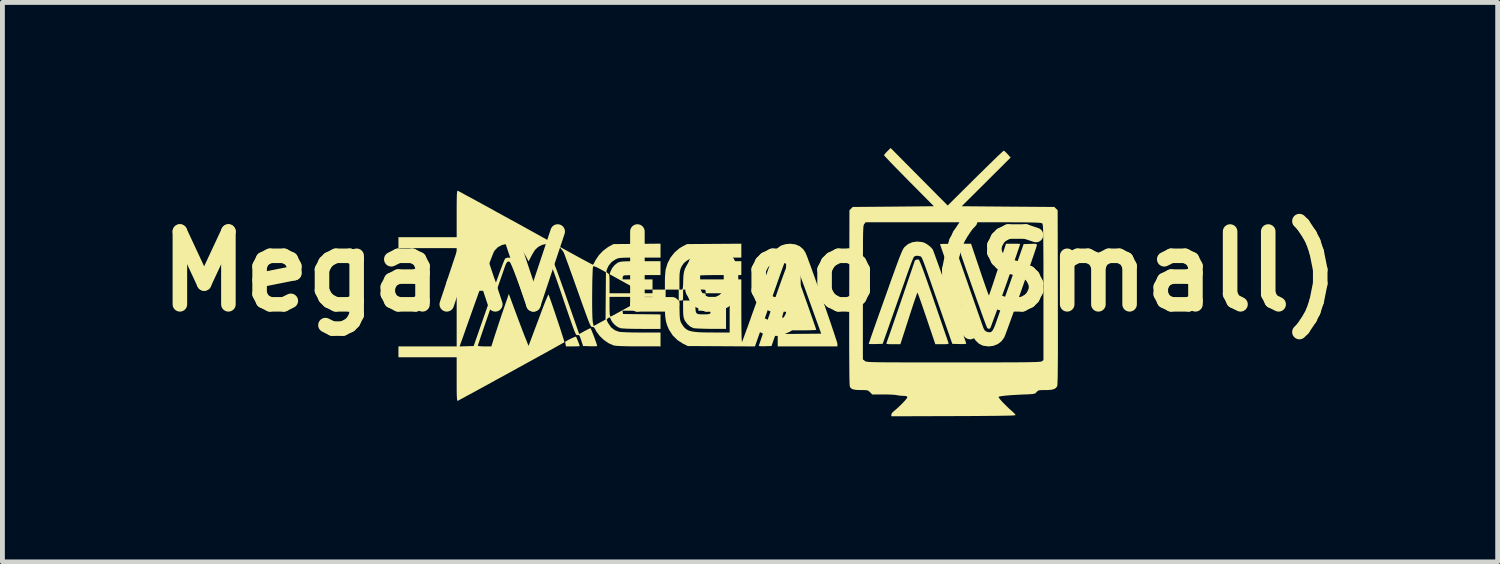
<source format=kicad_pcb>
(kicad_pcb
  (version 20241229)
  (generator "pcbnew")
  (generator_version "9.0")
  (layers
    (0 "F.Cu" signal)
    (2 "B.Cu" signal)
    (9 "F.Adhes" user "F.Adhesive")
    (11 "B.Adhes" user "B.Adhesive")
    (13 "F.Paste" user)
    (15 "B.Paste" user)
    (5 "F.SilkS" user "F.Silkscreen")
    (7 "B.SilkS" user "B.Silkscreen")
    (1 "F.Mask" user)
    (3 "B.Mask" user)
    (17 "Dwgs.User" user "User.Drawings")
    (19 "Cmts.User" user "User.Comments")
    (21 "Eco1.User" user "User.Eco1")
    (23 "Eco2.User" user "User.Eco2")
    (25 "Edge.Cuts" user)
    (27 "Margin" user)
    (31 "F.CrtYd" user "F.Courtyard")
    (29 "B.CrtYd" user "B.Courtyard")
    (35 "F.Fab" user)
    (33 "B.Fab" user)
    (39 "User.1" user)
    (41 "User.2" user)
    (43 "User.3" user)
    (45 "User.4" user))
  (footprint "MegaAV Logo (Small)"
    (layer "F.Cu")
    (at 12.407 2.543)
    (property "Reference" "MegaAV Logo (Small)" (at 0 0 0) (layer "F.SilkS") (effects (font (size 1.5 1.5) (thickness 0.3))))
    (attr board_only exclude_from_pos_files exclude_from_bom)
    (fp_poly (pts (xy -3.586 1.346) (xy -3.577 1.364) (xy -3.561 1.401) (xy -3.543 1.446) (xy -3.526 1.491) (xy -3.514 1.525) (xy -3.511 1.539) (xy -3.525 1.542) (xy -3.562 1.544) (xy -3.616 1.545) (xy -3.652 1.545) (xy -3.793 1.545) (xy -3.803 1.499) (xy -3.809 1.466) (xy -3.809 1.449) (xy -3.808 1.449) (xy -3.777 1.43) (xy -3.733 1.406) (xy -3.685 1.382) (xy -3.639 1.362) (xy -3.604 1.348) (xy -3.586 1.345)) (stroke (width 0) (type solid)) (fill yes) (layer "F.SilkS"))
    (fp_poly (pts (xy -0.495 0.855) (xy -0.495 1.185) (xy -0.806 1.184) (xy -0.904 1.183) (xy -0.994 1.18) (xy -1.071 1.177) (xy -1.131 1.173) (xy -1.166 1.169) (xy -1.17 1.168) (xy -1.232 1.138) (xy -1.291 1.087) (xy -1.339 1.022) (xy -1.352 0.998) (xy -1.365 0.961) (xy -1.374 0.917) (xy -1.378 0.858) (xy -1.38 0.776) (xy -1.38 0.769) (xy -1.38 0.6) (xy -1.253 0.6) (xy -1.125 0.6) (xy -1.125 0.714) (xy -1.124 0.787) (xy -1.117 0.836) (xy -1.1 0.865) (xy -1.067 0.88) (xy -1.013 0.885) (xy -0.961 0.885) (xy -0.889 0.884) (xy -0.844 0.879) (xy -0.821 0.869) (xy -0.815 0.852) (xy -0.819 0.834) (xy -0.83 0.822) (xy -0.855 0.814) (xy -0.9 0.811) (xy -0.947 0.81) (xy -1.065 0.81) (xy -1.065 0.705) (xy -1.065 0.6) (xy -0.99 0.6) (xy -0.946 0.599) (xy -0.923 0.593) (xy -0.916 0.578) (xy -0.915 0.563) (xy -0.915 0.525) (xy -0.705 0.525) (xy -0.495 0.525)) (stroke (width 0) (type solid)) (fill yes) (layer "F.SilkS"))
    (fp_poly (pts (xy 4.734 -0.038) (xy 4.774 0.082) (xy 4.812 0.193) (xy 4.846 0.291) (xy 4.875 0.373) (xy 4.898 0.437) (xy 4.914 0.478) (xy 4.922 0.495) (xy 4.922 0.495) (xy 4.929 0.481) (xy 4.943 0.442) (xy 4.964 0.38) (xy 4.992 0.3) (xy 5.024 0.203) (xy 5.06 0.093) (xy 5.099 -0.026) (xy 5.102 -0.037) (xy 5.274 -0.57) (xy 5.42 -0.57) (xy 5.482 -0.57) (xy 5.531 -0.569) (xy 5.56 -0.567) (xy 5.566 -0.566) (xy 5.56 -0.546) (xy 5.546 -0.501) (xy 5.523 -0.434) (xy 5.494 -0.349) (xy 5.459 -0.247) (xy 5.419 -0.133) (xy 5.376 -0.009) (xy 5.329 0.122) (xy 5.282 0.258) (xy 5.233 0.394) (xy 5.185 0.528) (xy 5.139 0.657) (xy 5.096 0.778) (xy 5.056 0.889) (xy 5.02 0.985) (xy 4.991 1.064) (xy 4.969 1.124) (xy 4.954 1.161) (xy 4.949 1.172) (xy 4.924 1.184) (xy 4.902 1.177) (xy 4.888 1.166) (xy 4.88 1.151) (xy 4.864 1.109) (xy 4.84 1.046) (xy 4.809 0.963) (xy 4.773 0.864) (xy 4.733 0.751) (xy 4.688 0.628) (xy 4.642 0.497) (xy 4.594 0.363) (xy 4.546 0.227) (xy 4.499 0.092) (xy 4.453 -0.038) (xy 4.411 -0.16) (xy 4.372 -0.272) (xy 4.339 -0.369) (xy 4.311 -0.451) (xy 4.291 -0.512) (xy 4.279 -0.551) (xy 4.276 -0.564) (xy 4.29 -0.567) (xy 4.327 -0.569) (xy 4.381 -0.57) (xy 4.415 -0.57) (xy 4.554 -0.57)) (stroke (width 0) (type solid)) (fill yes) (layer "F.SilkS"))
    (fp_poly (pts (xy 3.477 -0.242) (xy 3.488 -0.226) (xy 3.506 -0.185) (xy 3.533 -0.118) (xy 3.568 -0.026) (xy 3.611 0.094) (xy 3.663 0.24) (xy 3.724 0.414) (xy 3.794 0.616) (xy 3.794 0.617) (xy 3.847 0.77) (xy 3.897 0.914) (xy 3.943 1.048) (xy 3.984 1.168) (xy 4.02 1.273) (xy 4.05 1.359) (xy 4.072 1.424) (xy 4.087 1.466) (xy 4.092 1.482) (xy 4.088 1.491) (xy 4.064 1.497) (xy 4.018 1.5) (xy 3.958 1.5) (xy 3.818 1.5) (xy 3.638 0.968) (xy 3.597 0.848) (xy 3.559 0.737) (xy 3.525 0.639) (xy 3.496 0.557) (xy 3.473 0.494) (xy 3.457 0.452) (xy 3.45 0.435) (xy 3.45 0.435) (xy 3.443 0.449) (xy 3.429 0.488) (xy 3.408 0.55) (xy 3.38 0.63) (xy 3.348 0.727) (xy 3.312 0.837) (xy 3.273 0.956) (xy 3.27 0.967) (xy 3.098 1.5) (xy 2.95 1.5) (xy 2.883 1.5) (xy 2.84 1.498) (xy 2.818 1.493) (xy 2.81 1.486) (xy 2.812 1.474) (xy 2.823 1.445) (xy 2.841 1.393) (xy 2.867 1.32) (xy 2.899 1.229) (xy 2.935 1.123) (xy 2.976 1.006) (xy 3.019 0.88) (xy 3.065 0.748) (xy 3.111 0.614) (xy 3.157 0.48) (xy 3.201 0.35) (xy 3.243 0.227) (xy 3.282 0.112) (xy 3.317 0.011) (xy 3.346 -0.075) (xy 3.369 -0.142) (xy 3.384 -0.188) (xy 3.39 -0.209) (xy 3.391 -0.21) (xy 3.403 -0.23) (xy 3.433 -0.244) (xy 3.466 -0.246)) (stroke (width 0) (type solid)) (fill yes) (layer "F.SilkS"))
    (fp_poly (pts (xy 5.879 -0.568) (xy 5.901 -0.563) (xy 5.91 -0.554) (xy 5.911 -0.541) (xy 5.906 -0.522) (xy 5.892 -0.477) (xy 5.87 -0.41) (xy 5.84 -0.323) (xy 5.805 -0.22) (xy 5.764 -0.103) (xy 5.72 0.025) (xy 5.672 0.161) (xy 5.622 0.302) (xy 5.572 0.445) (xy 5.521 0.588) (xy 5.471 0.727) (xy 5.424 0.859) (xy 5.379 0.983) (xy 5.339 1.094) (xy 5.304 1.19) (xy 5.275 1.268) (xy 5.253 1.325) (xy 5.239 1.358) (xy 5.237 1.363) (xy 5.182 1.439) (xy 5.107 1.497) (xy 5.018 1.533) (xy 4.92 1.546) (xy 4.818 1.534) (xy 4.788 1.526) (xy 4.716 1.489) (xy 4.65 1.427) (xy 4.595 1.347) (xy 4.566 1.283) (xy 4.539 1.208) (xy 4.506 1.116) (xy 4.467 1.007) (xy 4.424 0.886) (xy 4.378 0.756) (xy 4.329 0.618) (xy 4.279 0.476) (xy 4.228 0.333) (xy 4.178 0.191) (xy 4.129 0.053) (xy 4.083 -0.077) (xy 4.041 -0.198) (xy 4.003 -0.306) (xy 3.971 -0.398) (xy 3.945 -0.472) (xy 3.927 -0.525) (xy 3.917 -0.554) (xy 3.916 -0.559) (xy 3.93 -0.564) (xy 3.967 -0.567) (xy 4.022 -0.568) (xy 4.06 -0.567) (xy 4.204 -0.563) (xy 4.495 0.27) (xy 4.548 0.423) (xy 4.599 0.569) (xy 4.647 0.705) (xy 4.69 0.829) (xy 4.729 0.938) (xy 4.761 1.029) (xy 4.785 1.099) (xy 4.802 1.146) (xy 4.809 1.166) (xy 4.832 1.211) (xy 4.862 1.237) (xy 4.882 1.245) (xy 4.924 1.255) (xy 4.957 1.252) (xy 4.986 1.233) (xy 5.012 1.194) (xy 5.04 1.133) (xy 5.07 1.052) (xy 5.087 1.003) (xy 5.113 0.929) (xy 5.147 0.834) (xy 5.187 0.721) (xy 5.231 0.594) (xy 5.279 0.457) (xy 5.33 0.314) (xy 5.382 0.167) (xy 5.385 0.158) (xy 5.638 -0.563) (xy 5.775 -0.567) (xy 5.839 -0.569)) (stroke (width 0) (type solid)) (fill yes) (layer "F.SilkS"))
    (fp_poly (pts (xy 0.851 -0.201) (xy 0.862 -0.183) (xy 0.882 -0.138) (xy 0.91 -0.068) (xy 0.946 0.026) (xy 0.99 0.142) (xy 1.04 0.279) (xy 1.096 0.435) (xy 1.12 0.504) (xy 1.169 0.641) (xy 1.214 0.769) (xy 1.255 0.886) (xy 1.291 0.989) (xy 1.321 1.075) (xy 1.344 1.141) (xy 1.359 1.185) (xy 1.365 1.204) (xy 1.365 1.204) (xy 1.351 1.207) (xy 1.31 1.21) (xy 1.248 1.212) (xy 1.167 1.214) (xy 1.072 1.215) (xy 0.968 1.215) (xy 0.842 1.215) (xy 0.744 1.214) (xy 0.671 1.212) (xy 0.619 1.209) (xy 0.587 1.205) (xy 0.572 1.2) (xy 0.569 1.196) (xy 0.564 1.203) (xy 0.552 1.232) (xy 0.533 1.281) (xy 0.51 1.345) (xy 0.505 1.358) (xy 0.442 1.538) (xy 0.311 1.542) (xy 0.253 1.543) (xy 0.208 1.541) (xy 0.183 1.537) (xy 0.18 1.535) (xy 0.185 1.519) (xy 0.199 1.477) (xy 0.221 1.412) (xy 0.25 1.326) (xy 0.286 1.221) (xy 0.327 1.101) (xy 0.373 0.967) (xy 0.38 0.949) (xy 0.66 0.949) (xy 0.674 0.953) (xy 0.712 0.957) (xy 0.768 0.959) (xy 0.825 0.96) (xy 0.891 0.959) (xy 0.945 0.957) (xy 0.98 0.953) (xy 0.99 0.949) (xy 0.985 0.931) (xy 0.973 0.89) (xy 0.955 0.833) (xy 0.933 0.765) (xy 0.909 0.691) (xy 0.885 0.618) (xy 0.863 0.551) (xy 0.844 0.496) (xy 0.83 0.458) (xy 0.824 0.444) (xy 0.818 0.455) (xy 0.805 0.49) (xy 0.787 0.543) (xy 0.765 0.608) (xy 0.741 0.679) (xy 0.718 0.752) (xy 0.696 0.821) (xy 0.678 0.88) (xy 0.666 0.924) (xy 0.66 0.948) (xy 0.66 0.949) (xy 0.38 0.949) (xy 0.423 0.823) (xy 0.476 0.67) (xy 0.477 0.669) (xy 0.547 0.467) (xy 0.609 0.29) (xy 0.663 0.14) (xy 0.708 0.017) (xy 0.745 -0.079) (xy 0.772 -0.148) (xy 0.791 -0.189) (xy 0.799 -0.201) (xy 0.832 -0.209)) (stroke (width 0) (type solid)) (fill yes) (layer "F.SilkS"))
    (fp_poly (pts (xy 3.544 -0.605) (xy 3.573 -0.598) (xy 3.623 -0.575) (xy 3.678 -0.538) (xy 3.728 -0.495) (xy 3.763 -0.455) (xy 3.766 -0.449) (xy 3.774 -0.43) (xy 3.791 -0.386) (xy 3.815 -0.319) (xy 3.846 -0.234) (xy 3.883 -0.131) (xy 3.925 -0.015) (xy 3.971 0.113) (xy 4.019 0.248) (xy 4.07 0.389) (xy 4.121 0.533) (xy 4.172 0.676) (xy 4.221 0.817) (xy 4.269 0.951) (xy 4.313 1.076) (xy 4.353 1.19) (xy 4.388 1.29) (xy 4.417 1.373) (xy 4.439 1.435) (xy 4.452 1.475) (xy 4.456 1.488) (xy 4.442 1.493) (xy 4.405 1.497) (xy 4.35 1.498) (xy 4.312 1.497) (xy 4.168 1.493) (xy 3.877 0.66) (xy 3.811 0.472) (xy 3.754 0.309) (xy 3.706 0.171) (xy 3.666 0.056) (xy 3.632 -0.04) (xy 3.604 -0.117) (xy 3.582 -0.177) (xy 3.564 -0.223) (xy 3.55 -0.257) (xy 3.539 -0.281) (xy 3.529 -0.296) (xy 3.521 -0.305) (xy 3.514 -0.309) (xy 3.506 -0.311) (xy 3.497 -0.313) (xy 3.489 -0.315) (xy 3.44 -0.324) (xy 3.401 -0.314) (xy 3.394 -0.311) (xy 3.389 -0.309) (xy 3.383 -0.305) (xy 3.376 -0.298) (xy 3.369 -0.285) (xy 3.36 -0.266) (xy 3.348 -0.238) (xy 3.332 -0.2) (xy 3.313 -0.149) (xy 3.289 -0.084) (xy 3.26 -0.004) (xy 3.225 0.095) (xy 3.184 0.212) (xy 3.135 0.351) (xy 3.078 0.513) (xy 3.012 0.7) (xy 2.942 0.9) (xy 2.733 1.493) (xy 2.589 1.497) (xy 2.528 1.498) (xy 2.479 1.497) (xy 2.451 1.494) (xy 2.445 1.491) (xy 2.45 1.476) (xy 2.465 1.434) (xy 2.487 1.369) (xy 2.517 1.283) (xy 2.554 1.177) (xy 2.597 1.055) (xy 2.645 0.919) (xy 2.698 0.771) (xy 2.754 0.613) (xy 2.787 0.521) (xy 2.855 0.33) (xy 2.913 0.166) (xy 2.964 0.026) (xy 3.007 -0.093) (xy 3.043 -0.191) (xy 3.073 -0.271) (xy 3.099 -0.336) (xy 3.12 -0.387) (xy 3.137 -0.426) (xy 3.152 -0.456) (xy 3.165 -0.478) (xy 3.178 -0.495) (xy 3.184 -0.503) (xy 3.256 -0.563) (xy 3.344 -0.601) (xy 3.442 -0.615)) (stroke (width 0) (type solid)) (fill yes) (layer "F.SilkS"))
    (fp_poly (pts (xy 3.485 -1.95) (xy 4.073 -1.358) (xy 4.643 -1.924) (xy 4.752 -2.031) (xy 4.854 -2.131) (xy 4.948 -2.223) (xy 5.032 -2.305) (xy 5.103 -2.374) (xy 5.161 -2.428) (xy 5.202 -2.466) (xy 5.225 -2.486) (xy 5.229 -2.488) (xy 5.246 -2.477) (xy 5.275 -2.45) (xy 5.307 -2.417) (xy 5.37 -2.346) (xy 4.866 -1.844) (xy 4.362 -1.343) (xy 5.316 -1.335) (xy 6.27 -1.328) (xy 6.305 -1.294) (xy 6.339 -1.259) (xy 6.343 0.537) (xy 6.343 0.819) (xy 6.344 1.073) (xy 6.344 1.299) (xy 6.344 1.5) (xy 6.344 1.676) (xy 6.343 1.828) (xy 6.342 1.958) (xy 6.341 2.068) (xy 6.34 2.158) (xy 6.338 2.231) (xy 6.336 2.286) (xy 6.334 2.327) (xy 6.332 2.353) (xy 6.329 2.367) (xy 6.328 2.368) (xy 6.303 2.402) (xy 6.265 2.425) (xy 6.21 2.439) (xy 6.133 2.445) (xy 6.084 2.445) (xy 6.017 2.446) (xy 5.972 2.448) (xy 5.944 2.454) (xy 5.925 2.466) (xy 5.907 2.484) (xy 5.904 2.487) (xy 5.891 2.502) (xy 5.877 2.513) (xy 5.857 2.521) (xy 5.827 2.526) (xy 5.783 2.53) (xy 5.719 2.534) (xy 5.63 2.537) (xy 5.609 2.538) (xy 5.49 2.544) (xy 5.382 2.55) (xy 5.288 2.558) (xy 5.211 2.566) (xy 5.155 2.575) (xy 5.124 2.583) (xy 5.121 2.586) (xy 5.126 2.6) (xy 5.149 2.631) (xy 5.185 2.674) (xy 5.232 2.723) (xy 5.284 2.775) (xy 5.337 2.826) (xy 5.383 2.866) (xy 5.425 2.905) (xy 5.457 2.937) (xy 5.471 2.959) (xy 5.471 2.962) (xy 5.459 2.965) (xy 5.423 2.968) (xy 5.363 2.971) (xy 5.278 2.973) (xy 5.167 2.975) (xy 5.03 2.977) (xy 4.866 2.978) (xy 4.674 2.98) (xy 4.454 2.981) (xy 4.204 2.982) (xy 4.188 2.982) (xy 2.911 2.986) (xy 2.911 2.952) (xy 2.925 2.917) (xy 2.966 2.877) (xy 2.972 2.873) (xy 3.008 2.843) (xy 3.057 2.799) (xy 3.112 2.746) (xy 3.147 2.711) (xy 3.2 2.654) (xy 3.232 2.614) (xy 3.242 2.588) (xy 3.23 2.574) (xy 3.196 2.567) (xy 3.151 2.565) (xy 3.092 2.561) (xy 3.033 2.552) (xy 3.023 2.55) (xy 2.986 2.544) (xy 2.927 2.54) (xy 2.852 2.537) (xy 2.769 2.536) (xy 2.741 2.536) (xy 2.519 2.537) (xy 2.474 2.491) (xy 2.451 2.47) (xy 2.43 2.456) (xy 2.402 2.449) (xy 2.36 2.446) (xy 2.297 2.445) (xy 2.288 2.445) (xy 2.2 2.443) (xy 2.138 2.435) (xy 2.095 2.419) (xy 2.068 2.394) (xy 2.056 2.372) (xy 2.054 2.354) (xy 2.051 2.314) (xy 2.049 2.251) (xy 2.047 2.164) (xy 2.046 2.053) (xy 2.045 1.916) (xy 2.044 1.754) (xy 2.043 1.565) (xy 2.043 1.349) (xy 2.043 1.105) (xy 2.043 0.832) (xy 2.044 0.537) (xy 2.044 0.422) (xy 2.325 0.422) (xy 2.325 0.436) (xy 2.325 1.813) (xy 2.365 1.844) (xy 2.371 1.849) (xy 2.378 1.853) (xy 2.388 1.857) (xy 2.402 1.86) (xy 2.422 1.863) (xy 2.45 1.865) (xy 2.486 1.868) (xy 2.533 1.869) (xy 2.593 1.871) (xy 2.666 1.872) (xy 2.756 1.873) (xy 2.862 1.874) (xy 2.987 1.874) (xy 3.133 1.875) (xy 3.3 1.875) (xy 3.492 1.875) (xy 3.709 1.875) (xy 3.952 1.875) (xy 4.192 1.875) (xy 4.463 1.875) (xy 4.706 1.875) (xy 4.923 1.875) (xy 5.113 1.875) (xy 5.281 1.874) (xy 5.426 1.874) (xy 5.55 1.873) (xy 5.656 1.872) (xy 5.744 1.871) (xy 5.816 1.869) (xy 5.875 1.868) (xy 5.92 1.866) (xy 5.955 1.863) (xy 5.98 1.861) (xy 5.997 1.858) (xy 6.008 1.855) (xy 6.013 1.852) (xy 6.046 1.829) (xy 6.046 0.437) (xy 6.046 0.197) (xy 6.046 -0.015) (xy 6.046 -0.201) (xy 6.045 -0.362) (xy 6.044 -0.499) (xy 6.043 -0.615) (xy 6.042 -0.712) (xy 6.041 -0.791) (xy 6.039 -0.853) (xy 6.037 -0.902) (xy 6.034 -0.937) (xy 6.031 -0.961) (xy 6.028 -0.977) (xy 6.025 -0.984) (xy 6.021 -0.988) (xy 6.016 -0.992) (xy 6.006 -0.995) (xy 5.992 -0.998) (xy 5.972 -1.001) (xy 5.943 -1.003) (xy 5.904 -1.005) (xy 5.854 -1.007) (xy 5.79 -1.008) (xy 5.712 -1.01) (xy 5.618 -1.011) (xy 5.506 -1.011) (xy 5.375 -1.012) (xy 5.223 -1.012) (xy 5.048 -1.012) (xy 4.849 -1.013) (xy 4.624 -1.013) (xy 4.372 -1.013) (xy 4.193 -1.013) (xy 2.383 -1.013) (xy 2.354 -0.977) (xy 2.349 -0.97) (xy 2.345 -0.962) (xy 2.341 -0.949) (xy 2.338 -0.93) (xy 2.335 -0.904) (xy 2.333 -0.868) (xy 2.331 -0.821) (xy 2.329 -0.76) (xy 2.328 -0.685) (xy 2.327 -0.592) (xy 2.327 -0.481) (xy 2.326 -0.349) (xy 2.326 -0.195) (xy 2.326 -0.016) (xy 2.325 0.189) (xy 2.325 0.422) (xy 2.044 0.422) (xy 2.048 -1.259) (xy 2.082 -1.294) (xy 2.116 -1.328) (xy 2.952 -1.335) (xy 3.788 -1.343) (xy 3.274 -1.861) (xy 3.172 -1.965) (xy 3.077 -2.062) (xy 2.99 -2.15) (xy 2.915 -2.228) (xy 2.852 -2.294) (xy 2.804 -2.345) (xy 2.773 -2.379) (xy 2.761 -2.394) (xy 2.761 -2.394) (xy 2.771 -2.412) (xy 2.797 -2.443) (xy 2.829 -2.476) (xy 2.897 -2.543)) (stroke (width 0) (type solid)) (fill yes) (layer "F.SilkS"))
    (fp_poly (pts (xy -6.01 -1.655) (xy -5.97 -1.634) (xy -5.909 -1.601) (xy -5.829 -1.557) (xy -5.732 -1.505) (xy -5.622 -1.445) (xy -5.5 -1.378) (xy -5.368 -1.306) (xy -5.231 -1.23) (xy -5.089 -1.152) (xy -4.945 -1.073) (xy -4.802 -0.995) (xy -4.663 -0.918) (xy -4.529 -0.844) (xy -4.403 -0.774) (xy -4.288 -0.71) (xy -4.186 -0.654) (xy -4.099 -0.605) (xy -4.03 -0.567) (xy -3.982 -0.539) (xy -3.957 -0.524) (xy -3.953 -0.522) (xy -3.957 -0.52) (xy -3.981 -0.528) (xy -4.006 -0.539) (xy -4.095 -0.565) (xy -4.189 -0.567) (xy -4.281 -0.548) (xy -4.362 -0.507) (xy -4.423 -0.452) (xy -4.453 -0.409) (xy -4.488 -0.351) (xy -4.515 -0.301) (xy -4.564 -0.206) (xy -4.623 -0.317) (xy -4.686 -0.419) (xy -4.755 -0.493) (xy -4.831 -0.541) (xy -4.917 -0.565) (xy -5.015 -0.566) (xy -5.112 -0.544) (xy -5.195 -0.5) (xy -5.259 -0.436) (xy -5.273 -0.414) (xy -5.283 -0.394) (xy -5.299 -0.357) (xy -5.32 -0.303) (xy -5.348 -0.231) (xy -5.382 -0.139) (xy -5.423 -0.028) (xy -5.472 0.106) (xy -5.528 0.261) (xy -5.592 0.44) (xy -5.665 0.643) (xy -5.746 0.872) (xy -5.837 1.127) (xy -5.912 1.34) (xy -5.986 1.546) (xy -5.841 1.542) (xy -5.696 1.538) (xy -5.384 0.645) (xy -5.32 0.463) (xy -5.261 0.298) (xy -5.208 0.151) (xy -5.162 0.023) (xy -5.122 -0.083) (xy -5.09 -0.167) (xy -5.066 -0.226) (xy -5.051 -0.259) (xy -5.046 -0.266) (xy -4.999 -0.284) (xy -4.947 -0.281) (xy -4.902 -0.258) (xy -4.896 -0.251) (xy -4.882 -0.227) (xy -4.859 -0.18) (xy -4.831 -0.114) (xy -4.799 -0.034) (xy -4.766 0.055) (xy -4.758 0.075) (xy -4.709 0.21) (xy -4.669 0.319) (xy -4.637 0.404) (xy -4.612 0.469) (xy -4.593 0.516) (xy -4.579 0.546) (xy -4.57 0.564) (xy -4.563 0.57) (xy -4.558 0.568) (xy -4.555 0.561) (xy -4.546 0.54) (xy -4.53 0.494) (xy -4.505 0.429) (xy -4.475 0.347) (xy -4.44 0.253) (xy -4.402 0.151) (xy -4.402 0.15) (xy -4.355 0.025) (xy -4.313 -0.079) (xy -4.279 -0.162) (xy -4.252 -0.221) (xy -4.233 -0.254) (xy -4.229 -0.259) (xy -4.19 -0.279) (xy -4.156 -0.285) (xy -4.113 -0.276) (xy -4.083 -0.259) (xy -4.071 -0.238) (xy -4.049 -0.191) (xy -4.02 -0.117) (xy -3.981 -0.015) (xy -3.934 0.114) (xy -3.878 0.271) (xy -3.812 0.457) (xy -3.787 0.529) (xy -3.521 1.291) (xy -3.412 1.23) (xy -3.36 1.203) (xy -3.318 1.182) (xy -3.293 1.171) (xy -3.289 1.17) (xy -3.281 1.183) (xy -3.265 1.218) (xy -3.245 1.269) (xy -3.221 1.329) (xy -3.198 1.391) (xy -3.177 1.45) (xy -3.161 1.498) (xy -3.152 1.53) (xy -3.151 1.537) (xy -3.165 1.541) (xy -3.202 1.543) (xy -3.257 1.543) (xy -3.296 1.542) (xy -3.441 1.538) (xy -3.479 1.421) (xy -3.499 1.364) (xy -3.513 1.33) (xy -3.526 1.314) (xy -3.541 1.31) (xy -3.555 1.312) (xy -3.564 1.314) (xy -3.572 1.312) (xy -3.58 1.306) (xy -3.59 1.293) (xy -3.602 1.27) (xy -3.617 1.235) (xy -3.635 1.187) (xy -3.659 1.122) (xy -3.688 1.039) (xy -3.724 0.936) (xy -3.768 0.809) (xy -3.82 0.658) (xy -3.848 0.576) (xy -3.906 0.404) (xy -3.956 0.259) (xy -3.999 0.138) (xy -4.034 0.039) (xy -4.063 -0.039) (xy -4.087 -0.1) (xy -4.106 -0.145) (xy -4.121 -0.177) (xy -4.134 -0.196) (xy -4.144 -0.207) (xy -4.154 -0.21) (xy -4.154 -0.21) (xy -4.167 -0.206) (xy -4.181 -0.193) (xy -4.198 -0.167) (xy -4.218 -0.127) (xy -4.243 -0.07) (xy -4.273 0.007) (xy -4.31 0.107) (xy -4.355 0.23) (xy -4.38 0.3) (xy -4.421 0.413) (xy -4.459 0.517) (xy -4.493 0.609) (xy -4.521 0.685) (xy -4.543 0.742) (xy -4.556 0.776) (xy -4.561 0.785) (xy -4.57 0.778) (xy -4.586 0.749) (xy -4.604 0.704) (xy -4.605 0.702) (xy -4.675 0.507) (xy -4.738 0.334) (xy -4.794 0.183) (xy -4.842 0.057) (xy -4.882 -0.046) (xy -4.914 -0.122) (xy -4.937 -0.172) (xy -4.952 -0.195) (xy -4.953 -0.196) (xy -4.982 -0.205) (xy -5.006 -0.193) (xy -5.028 -0.159) (xy -5.051 -0.101) (xy -5.106 0.058) (xy -5.163 0.22) (xy -5.219 0.383) (xy -5.275 0.545) (xy -5.329 0.703) (xy -5.381 0.854) (xy -5.43 0.996) (xy -5.475 1.127) (xy -5.515 1.244) (xy -5.549 1.344) (xy -5.576 1.426) (xy -5.596 1.486) (xy -5.608 1.522) (xy -5.611 1.532) (xy -5.597 1.538) (xy -5.56 1.542) (xy -5.506 1.545) (xy -5.471 1.545) (xy -5.331 1.545) (xy -5.259 1.318) (xy -5.23 1.23) (xy -5.195 1.123) (xy -5.156 1.006) (xy -5.117 0.888) (xy -5.079 0.778) (xy -5.079 0.777) (xy -4.971 0.464) (xy -4.817 0.881) (xy -4.777 0.988) (xy -4.739 1.089) (xy -4.705 1.178) (xy -4.677 1.252) (xy -4.656 1.307) (xy -4.644 1.339) (xy -4.642 1.343) (xy -4.625 1.384) (xy -4.603 1.437) (xy -4.594 1.462) (xy -4.565 1.535) (xy -4.52 1.417) (xy -4.503 1.371) (xy -4.477 1.303) (xy -4.445 1.216) (xy -4.407 1.116) (xy -4.366 1.007) (xy -4.324 0.895) (xy -4.32 0.882) (xy -4.28 0.778) (xy -4.244 0.684) (xy -4.212 0.603) (xy -4.185 0.54) (xy -4.166 0.497) (xy -4.156 0.477) (xy -4.154 0.477) (xy -4.146 0.494) (xy -4.131 0.535) (xy -4.109 0.597) (xy -4.082 0.674) (xy -4.051 0.764) (xy -4.018 0.861) (xy -3.984 0.963) (xy -3.95 1.065) (xy -3.917 1.163) (xy -3.888 1.254) (xy -3.863 1.333) (xy -3.843 1.396) (xy -3.83 1.439) (xy -3.826 1.458) (xy -3.826 1.459) (xy -3.841 1.468) (xy -3.88 1.49) (xy -3.94 1.524) (xy -4.02 1.568) (xy -4.116 1.622) (xy -4.227 1.683) (xy -4.35 1.751) (xy -4.483 1.824) (xy -4.623 1.901) (xy -4.768 1.981) (xy -4.915 2.062) (xy -5.062 2.143) (xy -5.208 2.222) (xy -5.349 2.3) (xy -5.482 2.373) (xy -5.607 2.441) (xy -5.72 2.503) (xy -5.819 2.556) (xy -5.901 2.601) (xy -5.964 2.635) (xy -6.007 2.658) (xy -6.026 2.668) (xy -6.026 2.668) (xy -6.032 2.664) (xy -6.037 2.649) (xy -6.04 2.619) (xy -6.043 2.572) (xy -6.045 2.505) (xy -6.046 2.415) (xy -6.046 2.299) (xy -6.046 2.222) (xy -6.046 1.77) (xy -6.646 1.77) (xy -7.246 1.77) (xy -7.246 1.658) (xy -7.246 1.545) (xy -6.646 1.545) (xy -6.046 1.545) (xy -6.046 0.533) (xy -6.046 -0.48) (xy -6.646 -0.48) (xy -7.246 -0.48) (xy -7.246 -0.593) (xy -7.246 -0.705) (xy -6.646 -0.705) (xy -6.046 -0.705) (xy -6.046 -1.186) (xy -6.046 -1.323) (xy -6.045 -1.432) (xy -6.044 -1.516) (xy -6.042 -1.578) (xy -6.039 -1.622) (xy -6.036 -1.648) (xy -6.031 -1.661) (xy -6.026 -1.663)) (stroke (width 0) (type solid)) (fill yes) (layer "F.SilkS"))
    (fp_poly (pts (xy -1.845 -0.428) (xy -1.845 -0.285) (xy -2.269 -0.285) (xy -2.393 -0.285) (xy -2.491 -0.284) (xy -2.567 -0.283) (xy -2.624 -0.281) (xy -2.667 -0.278) (xy -2.699 -0.274) (xy -2.724 -0.268) (xy -2.747 -0.259) (xy -2.77 -0.249) (xy -2.852 -0.195) (xy -2.914 -0.119) (xy -2.947 -0.049) (xy -2.959 -0.01) (xy -2.959 0.012) (xy -2.945 0.028) (xy -2.932 0.037) (xy -2.917 0.048) (xy -2.907 0.061) (xy -2.901 0.083) (xy -2.897 0.118) (xy -2.896 0.171) (xy -2.896 0.249) (xy -2.896 0.255) (xy -2.896 0.45) (xy -2.453 0.45) (xy -2.01 0.45) (xy -2.01 0.413) (xy -2.01 0.375) (xy -2.166 0.375) (xy -2.321 0.375) (xy -2.607 0.217) (xy -2.893 0.059) (xy -2.88 0.012) (xy -2.846 -0.061) (xy -2.795 -0.127) (xy -2.733 -0.175) (xy -2.724 -0.18) (xy -2.703 -0.189) (xy -2.681 -0.196) (xy -2.653 -0.201) (xy -2.616 -0.205) (xy -2.566 -0.207) (xy -2.498 -0.209) (xy -2.41 -0.21) (xy -2.296 -0.21) (xy -2.253 -0.21) (xy -1.845 -0.21) (xy -1.845 -0.068) (xy -1.845 0.075) (xy -2.212 0.075) (xy -2.315 0.075) (xy -2.408 0.076) (xy -2.488 0.078) (xy -2.55 0.08) (xy -2.59 0.082) (xy -2.602 0.084) (xy -2.62 0.105) (xy -2.626 0.129) (xy -2.626 0.165) (xy -2.318 0.165) (xy -2.01 0.165) (xy -2.01 0.27) (xy -2.01 0.375) (xy -1.883 0.375) (xy -1.755 0.375) (xy -1.755 0.213) (xy -1.754 0.134) (xy -1.749 0.056) (xy -1.743 -0.01) (xy -1.739 -0.039) (xy -1.701 -0.166) (xy -1.639 -0.285) (xy -1.555 -0.391) (xy -1.455 -0.477) (xy -1.386 -0.518) (xy -1.298 -0.563) (xy -0.739 -0.567) (xy -0.18 -0.571) (xy -0.18 -0.428) (xy -0.18 -0.285) (xy -0.679 -0.285) (xy -0.814 -0.285) (xy -0.923 -0.285) (xy -1.009 -0.284) (xy -1.076 -0.282) (xy -1.126 -0.28) (xy -1.164 -0.277) (xy -1.192 -0.272) (xy -1.215 -0.266) (xy -1.235 -0.258) (xy -1.255 -0.249) (xy -1.306 -0.219) (xy -1.353 -0.182) (xy -1.37 -0.162) (xy -1.404 -0.113) (xy -1.428 -0.066) (xy -1.443 -0.013) (xy -1.452 0.052) (xy -1.455 0.137) (xy -1.455 0.187) (xy -1.455 0.375) (xy -1.419 0.375) (xy -1.404 0.374) (xy -1.393 0.368) (xy -1.387 0.352) (xy -1.383 0.321) (xy -1.38 0.27) (xy -1.378 0.195) (xy -1.378 0.191) (xy -1.373 0.089) (xy -1.362 0.011) (xy -1.344 -0.048) (xy -1.316 -0.095) (xy -1.275 -0.135) (xy -1.246 -0.158) (xy -1.183 -0.203) (xy -0.681 -0.207) (xy -0.18 -0.211) (xy -0.18 -0.068) (xy -0.18 0.075) (xy -0.626 0.075) (xy -0.746 0.076) (xy -0.854 0.077) (xy -0.946 0.079) (xy -1.019 0.082) (xy -1.07 0.085) (xy -1.094 0.089) (xy -1.095 0.09) (xy -1.107 0.107) (xy -1.116 0.142) (xy -1.121 0.202) (xy -1.123 0.239) (xy -1.125 0.304) (xy -1.125 0.344) (xy -1.12 0.365) (xy -1.111 0.374) (xy -1.097 0.375) (xy -1.08 0.373) (xy -1.071 0.361) (xy -1.066 0.333) (xy -1.065 0.283) (xy -1.065 0.27) (xy -1.065 0.165) (xy -0.623 0.165) (xy -0.18 0.165) (xy -0.18 0.821) (xy -0.179 0.997) (xy -0.178 1.145) (xy -0.176 1.264) (xy -0.174 1.355) (xy -0.171 1.416) (xy -0.168 1.449) (xy -0.165 1.453) (xy -0.157 1.435) (xy -0.141 1.391) (xy -0.116 1.323) (xy -0.084 1.235) (xy -0.045 1.129) (xy -0.001 1.006) (xy 0.047 0.87) (xy 0.1 0.724) (xy 0.155 0.569) (xy 0.164 0.543) (xy 0.22 0.385) (xy 0.274 0.235) (xy 0.325 0.094) (xy 0.371 -0.035) (xy 0.413 -0.148) (xy 0.448 -0.245) (xy 0.476 -0.321) (xy 0.497 -0.374) (xy 0.508 -0.402) (xy 0.509 -0.403) (xy 0.563 -0.478) (xy 0.637 -0.531) (xy 0.731 -0.561) (xy 0.828 -0.57) (xy 0.933 -0.557) (xy 1.022 -0.52) (xy 1.095 -0.458) (xy 1.141 -0.388) (xy 1.154 -0.358) (xy 1.176 -0.304) (xy 1.204 -0.228) (xy 1.239 -0.134) (xy 1.279 -0.024) (xy 1.323 0.099) (xy 1.37 0.231) (xy 1.419 0.369) (xy 1.469 0.512) (xy 1.52 0.655) (xy 1.569 0.796) (xy 1.616 0.932) (xy 1.66 1.06) (xy 1.699 1.177) (xy 1.734 1.28) (xy 1.762 1.367) (xy 1.784 1.433) (xy 1.797 1.477) (xy 1.8 1.494) (xy 1.8 1.545) (xy 1.185 1.545) (xy 0.57 1.545) (xy 0.57 1.418) (xy 0.57 1.291) (xy 1.018 1.287) (xy 1.466 1.283) (xy 1.191 0.519) (xy 1.139 0.374) (xy 1.089 0.238) (xy 1.043 0.113) (xy 1.001 0.002) (xy 0.965 -0.093) (xy 0.936 -0.169) (xy 0.914 -0.223) (xy 0.9 -0.253) (xy 0.897 -0.258) (xy 0.842 -0.279) (xy 0.788 -0.277) (xy 0.768 -0.269) (xy 0.753 -0.256) (xy 0.737 -0.233) (xy 0.718 -0.196) (xy 0.695 -0.14) (xy 0.667 -0.064) (xy 0.631 0.037) (xy 0.631 0.038) (xy 0.603 0.116) (xy 0.567 0.218) (xy 0.525 0.338) (xy 0.478 0.471) (xy 0.429 0.613) (xy 0.378 0.758) (xy 0.327 0.902) (xy 0.316 0.934) (xy 0.101 1.546) (xy -0.591 1.542) (xy -1.283 1.538) (xy -1.381 1.49) (xy -1.496 1.416) (xy -1.593 1.32) (xy -1.669 1.203) (xy -1.674 1.194) (xy -1.708 1.113) (xy -1.733 1.03) (xy -1.747 0.937) (xy -1.754 0.828) (xy -1.755 0.754) (xy -1.755 0.6) (xy -1.883 0.6) (xy -2.01 0.6) (xy -2.01 0.705) (xy -2.01 0.81) (xy -2.319 0.81) (xy -2.628 0.81) (xy -2.623 0.844) (xy -2.618 0.878) (xy -2.232 0.882) (xy -1.845 0.886) (xy -1.845 1.035) (xy -1.845 1.185) (xy -2.232 1.185) (xy -2.35 1.184) (xy -2.457 1.183) (xy -2.547 1.18) (xy -2.617 1.176) (xy -2.663 1.172) (xy -2.675 1.169) (xy -2.735 1.142) (xy -2.793 1.097) (xy -2.84 1.044) (xy -2.866 0.997) (xy -2.881 0.959) (xy -2.896 0.948) (xy -2.92 0.959) (xy -2.933 0.969) (xy -2.949 0.982) (xy -2.954 0.997) (xy -2.947 1.02) (xy -2.927 1.06) (xy -2.92 1.072) (xy -2.862 1.154) (xy -2.787 1.212) (xy -2.701 1.244) (xy -2.667 1.248) (xy -2.609 1.252) (xy -2.53 1.255) (xy -2.436 1.258) (xy -2.331 1.259) (xy -2.239 1.26) (xy -1.845 1.26) (xy -1.845 1.403) (xy -1.845 1.545) (xy -2.299 1.544) (xy -2.445 1.544) (xy -2.563 1.542) (xy -2.656 1.539) (xy -2.727 1.536) (xy -2.777 1.531) (xy -2.811 1.525) (xy -2.817 1.523) (xy -2.915 1.48) (xy -3.011 1.414) (xy -3.097 1.332) (xy -3.165 1.242) (xy -3.185 1.204) (xy -3.208 1.164) (xy -3.23 1.146) (xy -3.252 1.144) (xy -3.261 1.144) (xy -3.269 1.14) (xy -3.278 1.13) (xy -3.289 1.112) (xy -3.303 1.084) (xy -3.32 1.043) (xy -3.342 0.987) (xy -3.369 0.914) (xy -3.403 0.822) (xy -3.444 0.708) (xy -3.493 0.571) (xy -3.501 0.548) (xy -3.254 0.548) (xy -3.254 0.66) (xy -3.253 0.766) (xy -3.251 0.862) (xy -3.249 0.942) (xy -3.245 1.004) (xy -3.241 1.043) (xy -3.241 1.047) (xy -3.223 1.126) (xy -3.101 1.059) (xy -2.978 0.992) (xy -2.976 0.718) (xy -2.896 0.718) (xy -2.895 0.804) (xy -2.893 0.865) (xy -2.888 0.903) (xy -2.881 0.924) (xy -2.871 0.93) (xy -2.87 0.93) (xy -2.856 0.923) (xy -2.819 0.904) (xy -2.764 0.874) (xy -2.693 0.835) (xy -2.612 0.791) (xy -2.566 0.765) (xy -2.267 0.6) (xy -2.139 0.6) (xy -2.077 0.6) (xy -2.039 0.598) (xy -2.019 0.592) (xy -2.012 0.581) (xy -2.01 0.563) (xy -2.01 0.563) (xy -2.01 0.525) (xy -2.453 0.525) (xy -2.896 0.525) (xy -2.896 0.718) (xy -2.976 0.718) (xy -2.974 0.505) (xy -2.974 0.488) (xy -1.74 0.488) (xy -1.74 0.6) (xy -1.605 0.6) (xy -1.47 0.6) (xy -1.458 0.6) (xy -1.453 0.806) (xy -1.451 0.89) (xy -1.447 0.951) (xy -1.442 0.994) (xy -1.434 1.026) (xy -1.422 1.055) (xy -1.406 1.083) (xy -1.376 1.13) (xy -1.343 1.168) (xy -1.305 1.198) (xy -1.258 1.221) (xy -1.199 1.237) (xy -1.123 1.248) (xy -1.027 1.255) (xy -0.908 1.258) (xy -0.776 1.259) (xy -0.42 1.26) (xy -0.42 0.855) (xy -0.42 0.45) (xy -0.668 0.45) (xy -0.915 0.45) (xy -0.915 0.413) (xy -0.918 0.39) (xy -0.93 0.379) (xy -0.96 0.375) (xy -0.99 0.375) (xy -1.035 0.376) (xy -1.057 0.382) (xy -1.065 0.398) (xy -1.065 0.413) (xy -1.063 0.435) (xy -1.05 0.446) (xy -1.02 0.45) (xy -0.99 0.45) (xy -0.946 0.451) (xy -0.923 0.458) (xy -0.916 0.473) (xy -0.915 0.488) (xy -0.918 0.51) (xy -0.93 0.521) (xy -0.96 0.525) (xy -0.99 0.525) (xy -1.035 0.526) (xy -1.057 0.533) (xy -1.065 0.548) (xy -1.065 0.563) (xy -1.072 0.592) (xy -1.095 0.6) (xy -1.111 0.597) (xy -1.12 0.585) (xy -1.124 0.558) (xy -1.125 0.508) (xy -1.125 0.488) (xy -1.125 0.375) (xy -1.253 0.375) (xy -1.38 0.375) (xy -1.38 0.488) (xy -1.381 0.545) (xy -1.383 0.578) (xy -1.391 0.595) (xy -1.405 0.6) (xy -1.419 0.6) (xy -1.458 0.6) (xy -1.47 0.6) (xy -1.47 0.488) (xy -1.47 0.375) (xy -1.605 0.375) (xy -1.74 0.375) (xy -1.74 0.488) (xy -2.974 0.488) (xy -2.97 0.017) (xy -3.094 -0.051) (xy -3.164 -0.087) (xy -3.21 -0.104) (xy -3.233 -0.104) (xy -3.233 -0.104) (xy -3.238 -0.084) (xy -3.242 -0.039) (xy -3.245 0.027) (xy -3.248 0.112) (xy -3.251 0.211) (xy -3.252 0.319) (xy -3.253 0.432) (xy -3.254 0.548) (xy -3.501 0.548) (xy -3.551 0.407) (xy -3.554 0.398) (xy -3.606 0.253) (xy -3.654 0.117) (xy -3.7 -0.009) (xy -3.74 -0.122) (xy -3.776 -0.219) (xy -3.804 -0.296) (xy -3.825 -0.353) (xy -3.838 -0.385) (xy -3.84 -0.39) (xy -3.864 -0.427) (xy -3.895 -0.467) (xy -3.899 -0.471) (xy -3.92 -0.496) (xy -3.926 -0.508) (xy -3.923 -0.507) (xy -3.907 -0.498) (xy -3.867 -0.477) (xy -3.809 -0.445) (xy -3.735 -0.404) (xy -3.651 -0.358) (xy -3.574 -0.316) (xy -3.483 -0.266) (xy -3.401 -0.222) (xy -3.332 -0.185) (xy -3.278 -0.157) (xy -3.245 -0.141) (xy -3.235 -0.137) (xy -3.226 -0.152) (xy -3.207 -0.186) (xy -3.183 -0.233) (xy -3.181 -0.236) (xy -3.116 -0.333) (xy -3.031 -0.423) (xy -2.933 -0.497) (xy -2.894 -0.52) (xy -2.813 -0.563) (xy -2.329 -0.567) (xy -1.845 -0.572)) (stroke (width 0) (type solid)) (fill yes) (layer "F.SilkS")))
  (gr_rect
    (start -3 -3)
    (end 27.814 8.529)
    (stroke (width 0.1) (type default))
    (fill no)
    (layer "Edge.Cuts")))
</source>
